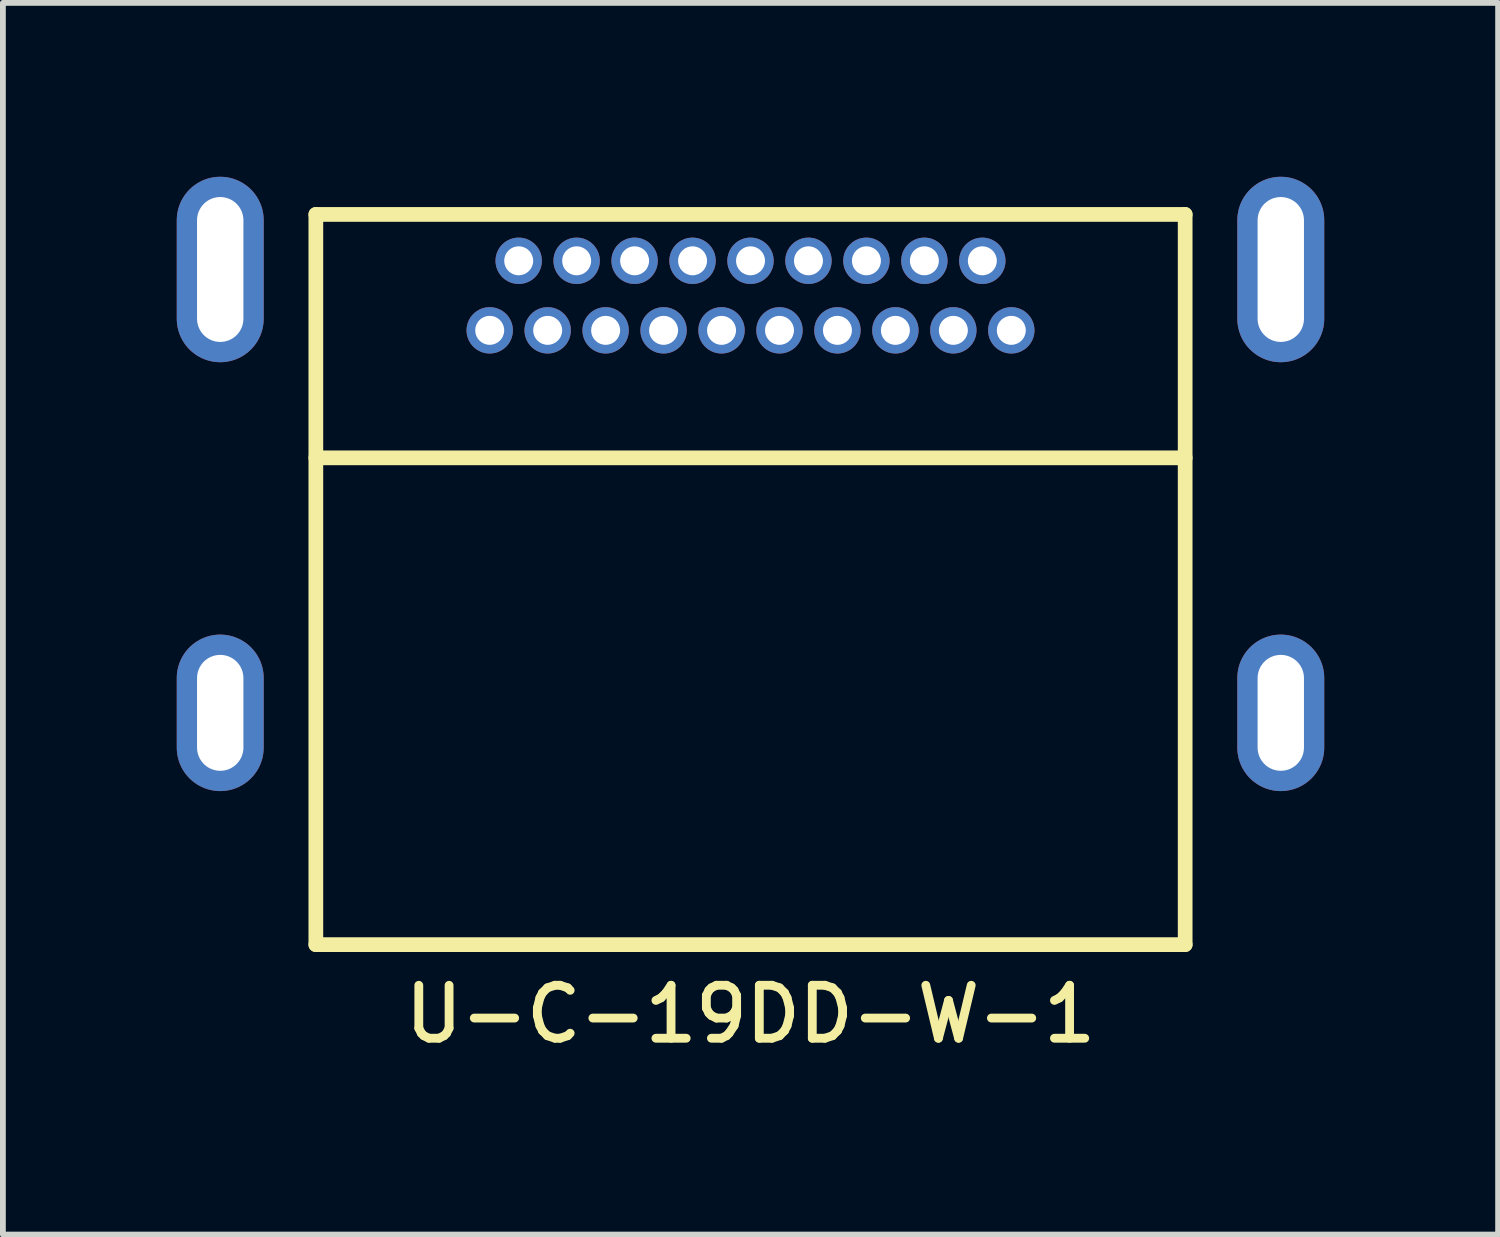
<source format=kicad_pcb>
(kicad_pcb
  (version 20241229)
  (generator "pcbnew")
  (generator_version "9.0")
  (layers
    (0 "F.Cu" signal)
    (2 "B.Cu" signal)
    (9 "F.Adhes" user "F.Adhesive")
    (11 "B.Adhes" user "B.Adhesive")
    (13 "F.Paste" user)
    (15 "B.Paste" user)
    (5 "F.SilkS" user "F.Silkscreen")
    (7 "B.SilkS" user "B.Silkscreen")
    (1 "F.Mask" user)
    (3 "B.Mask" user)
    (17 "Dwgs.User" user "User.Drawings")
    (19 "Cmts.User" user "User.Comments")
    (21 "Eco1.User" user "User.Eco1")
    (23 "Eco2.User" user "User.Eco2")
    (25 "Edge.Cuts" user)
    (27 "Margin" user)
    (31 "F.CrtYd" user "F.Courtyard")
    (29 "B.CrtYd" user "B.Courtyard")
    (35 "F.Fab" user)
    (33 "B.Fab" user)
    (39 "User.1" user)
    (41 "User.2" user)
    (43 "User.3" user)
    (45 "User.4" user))
  (footprint "U-C-19DD-W-1"
    (layer "F.Cu")
    (at 9.9 5.35)
    (property "Reference" "U-C-19DD-W-1" (at 0 9.1 0) (unlocked yes) (layer "F.SilkS") (effects (font (size 0.914 0.914) (thickness 0.152))))
    (fp_line (start -7.5 -4.7) (end 7.5 -4.7) (stroke (width 0.254) (type default)) (layer "F.SilkS"))
    (fp_line (start -7.5 -0.5) (end 7.5 -0.5) (stroke (width 0.254) (type default)) (layer "F.SilkS"))
    (fp_line (start -7.5 7.9) (end -7.5 -4.7) (stroke (width 0.254) (type default)) (layer "F.SilkS"))
    (fp_line (start -7.5 7.9) (end 7.5 7.9) (stroke (width 0.254) (type default)) (layer "F.SilkS"))
    (fp_line (start 7.5 7.9) (end 7.5 -4.7) (stroke (width 0.254) (type default)) (layer "F.SilkS"))
    (fp_circle (center 9.4 -4.65) (end 9.43 -4.65) (stroke (width 0.06) (type default)) (fill no) (layer "User.5"))
    (pad "1" thru_hole oval (at 4.5 -2.7) (size 0.8 0.8) (drill 0.5) (layers "*.Cu" "*.Mask"))
    (pad "2" thru_hole oval (at 4 -3.9) (size 0.8 0.8) (drill 0.5) (layers "*.Cu" "*.Mask"))
    (pad "3" thru_hole oval (at 3.5 -2.7) (size 0.8 0.8) (drill 0.5) (layers "*.Cu" "*.Mask"))
    (pad "4" thru_hole oval (at 3 -3.9) (size 0.8 0.8) (drill 0.5) (layers "*.Cu" "*.Mask"))
    (pad "5" thru_hole oval (at 2.5 -2.7) (size 0.8 0.8) (drill 0.5) (layers "*.Cu" "*.Mask"))
    (pad "6" thru_hole oval (at 2 -3.9) (size 0.8 0.8) (drill 0.5) (layers "*.Cu" "*.Mask"))
    (pad "7" thru_hole oval (at 1.5 -2.7) (size 0.8 0.8) (drill 0.5) (layers "*.Cu" "*.Mask"))
    (pad "8" thru_hole oval (at 1 -3.9) (size 0.8 0.8) (drill 0.5) (layers "*.Cu" "*.Mask"))
    (pad "9" thru_hole oval (at 0.5 -2.7) (size 0.8 0.8) (drill 0.5) (layers "*.Cu" "*.Mask"))
    (pad "10" thru_hole oval (at 0 -3.9) (size 0.8 0.8) (drill 0.5) (layers "*.Cu" "*.Mask"))
    (pad "11" thru_hole oval (at -0.5 -2.7) (size 0.8 0.8) (drill 0.5) (layers "*.Cu" "*.Mask"))
    (pad "12" thru_hole oval (at -1 -3.9) (size 0.8 0.8) (drill 0.5) (layers "*.Cu" "*.Mask"))
    (pad "13" thru_hole oval (at -1.5 -2.7) (size 0.8 0.8) (drill 0.5) (layers "*.Cu" "*.Mask"))
    (pad "14" thru_hole oval (at -2 -3.9) (size 0.8 0.8) (drill 0.5) (layers "*.Cu" "*.Mask"))
    (pad "15" thru_hole oval (at -2.5 -2.7) (size 0.8 0.8) (drill 0.5) (layers "*.Cu" "*.Mask"))
    (pad "16" thru_hole oval (at -3 -3.9) (size 0.8 0.8) (drill 0.5) (layers "*.Cu" "*.Mask"))
    (pad "17" thru_hole oval (at -3.5 -2.7) (size 0.8 0.8) (drill 0.5) (layers "*.Cu" "*.Mask"))
    (pad "18" thru_hole oval (at -4 -3.9) (size 0.8 0.8) (drill 0.5) (layers "*.Cu" "*.Mask"))
    (pad "19" thru_hole oval (at -4.5 -2.7) (size 0.8 0.8) (drill 0.5) (layers "*.Cu" "*.Mask"))
    (pad "20" thru_hole oval (at -9.15 -3.75) (size 1.5 3.2) (drill oval 0.8 2.5) (layers "*.Cu" "*.Mask"))
    (pad "20" thru_hole oval (at -9.15 3.9) (size 1.5 2.7) (drill oval 0.8 2) (layers "*.Cu" "*.Mask"))
    (pad "20" thru_hole oval (at 9.15 -3.75) (size 1.5 3.2) (drill oval 0.8 2.5) (layers "*.Cu" "*.Mask"))
    (pad "20" thru_hole oval (at 9.15 3.9) (size 1.5 2.7) (drill oval 0.8 2) (layers "*.Cu" "*.Mask"))
    (zone (net_name "") (layer "User.4") (hatch edge 0.5) (priority 100) (connect_pads yes) (min_thickness 0) (filled_areas_thickness no) (fill yes) (polygon (pts (xy 0.5 0.7) (xy 1 0.7) (xy 1 2.5) (xy 0.5 2.5))) (filled_polygon (layer "User.4") (island) (pts (xy 0.5 0.7) (xy 1 0.7) (xy 1 2.5) (xy 0.5 2.5))))
    (zone (net_name "") (layer "User.4") (hatch edge 0.5) (priority 100) (connect_pads yes) (min_thickness 0) (filled_areas_thickness no) (fill yes) (polygon (pts (xy 0.5 8.65) (xy 1 8.65) (xy 1 9.85) (xy 0.5 9.85))) (filled_polygon (layer "User.4") (island) (pts (xy 0.5 8.65) (xy 1 8.65) (xy 1 9.85) (xy 0.5 9.85))))
    (zone (net_name "") (layer "User.4") (hatch edge 0.5) (priority 100) (connect_pads yes) (min_thickness 0) (filled_areas_thickness no) (fill yes) (polygon (pts (xy 5.28 2.55) (xy 5.52 2.55) (xy 5.52 2.75) (xy 5.28 2.75))) (filled_polygon (layer "User.4") (island) (pts (xy 5.28 2.55) (xy 5.52 2.55) (xy 5.52 2.75) (xy 5.28 2.75))))
    (zone (net_name "") (layer "User.4") (hatch edge 0.5) (priority 100) (connect_pads yes) (min_thickness 0) (filled_areas_thickness no) (fill yes) (polygon (pts (xy 5.78 1.35) (xy 6.02 1.35) (xy 6.02 1.55) (xy 5.78 1.55))) (filled_polygon (layer "User.4") (island) (pts (xy 5.78 1.35) (xy 6.02 1.35) (xy 6.02 1.55) (xy 5.78 1.55))))
    (zone (net_name "") (layer "User.4") (hatch edge 0.5) (priority 100) (connect_pads yes) (min_thickness 0) (filled_areas_thickness no) (fill yes) (polygon (pts (xy 6.28 2.55) (xy 6.52 2.55) (xy 6.52 2.75) (xy 6.28 2.75))) (filled_polygon (layer "User.4") (island) (pts (xy 6.28 2.55) (xy 6.52 2.55) (xy 6.52 2.75) (xy 6.28 2.75))))
    (zone (net_name "") (layer "User.4") (hatch edge 0.5) (priority 100) (connect_pads yes) (min_thickness 0) (filled_areas_thickness no) (fill yes) (polygon (pts (xy 6.78 1.35) (xy 7.02 1.35) (xy 7.02 1.55) (xy 6.78 1.55))) (filled_polygon (layer "User.4") (island) (pts (xy 6.78 1.35) (xy 7.02 1.35) (xy 7.02 1.55) (xy 6.78 1.55))))
    (zone (net_name "") (layer "User.4") (hatch edge 0.5) (priority 100) (connect_pads yes) (min_thickness 0) (filled_areas_thickness no) (fill yes) (polygon (pts (xy 7.28 2.55) (xy 7.52 2.55) (xy 7.52 2.75) (xy 7.28 2.75))) (filled_polygon (layer "User.4") (island) (pts (xy 7.28 2.55) (xy 7.52 2.55) (xy 7.52 2.75) (xy 7.28 2.75))))
    (zone (net_name "") (layer "User.4") (hatch edge 0.5) (priority 100) (connect_pads yes) (min_thickness 0) (filled_areas_thickness no) (fill yes) (polygon (pts (xy 7.78 1.35) (xy 8.02 1.35) (xy 8.02 1.55) (xy 7.78 1.55))) (filled_polygon (layer "User.4") (island) (pts (xy 7.78 1.35) (xy 8.02 1.35) (xy 8.02 1.55) (xy 7.78 1.55))))
    (zone (net_name "") (layer "User.4") (hatch edge 0.5) (priority 100) (connect_pads yes) (min_thickness 0) (filled_areas_thickness no) (fill yes) (polygon (pts (xy 8.28 2.55) (xy 8.52 2.55) (xy 8.52 2.75) (xy 8.28 2.75))) (filled_polygon (layer "User.4") (island) (pts (xy 8.28 2.55) (xy 8.52 2.55) (xy 8.52 2.75) (xy 8.28 2.75))))
    (zone (net_name "") (layer "User.4") (hatch edge 0.5) (priority 100) (connect_pads yes) (min_thickness 0) (filled_areas_thickness no) (fill yes) (polygon (pts (xy 8.78 1.35) (xy 9.02 1.35) (xy 9.02 1.55) (xy 8.78 1.55))) (filled_polygon (layer "User.4") (island) (pts (xy 8.78 1.35) (xy 9.02 1.35) (xy 9.02 1.55) (xy 8.78 1.55))))
    (zone (net_name "") (layer "User.4") (hatch edge 0.5) (priority 100) (connect_pads yes) (min_thickness 0) (filled_areas_thickness no) (fill yes) (polygon (pts (xy 9.28 2.55) (xy 9.52 2.55) (xy 9.52 2.75) (xy 9.28 2.75))) (filled_polygon (layer "User.4") (island) (pts (xy 9.28 2.55) (xy 9.52 2.55) (xy 9.52 2.75) (xy 9.28 2.75))))
    (zone (net_name "") (layer "User.4") (hatch edge 0.5) (priority 100) (connect_pads yes) (min_thickness 0) (filled_areas_thickness no) (fill yes) (polygon (pts (xy 9.78 1.35) (xy 10.02 1.35) (xy 10.02 1.55) (xy 9.78 1.55))) (filled_polygon (layer "User.4") (island) (pts (xy 9.78 1.35) (xy 10.02 1.35) (xy 10.02 1.55) (xy 9.78 1.55))))
    (zone (net_name "") (layer "User.4") (hatch edge 0.5) (priority 100) (connect_pads yes) (min_thickness 0) (filled_areas_thickness no) (fill yes) (polygon (pts (xy 10.28 2.55) (xy 10.52 2.55) (xy 10.52 2.75) (xy 10.28 2.75))) (filled_polygon (layer "User.4") (island) (pts (xy 10.28 2.55) (xy 10.52 2.55) (xy 10.52 2.75) (xy 10.28 2.75))))
    (zone (net_name "") (layer "User.4") (hatch edge 0.5) (priority 100) (connect_pads yes) (min_thickness 0) (filled_areas_thickness no) (fill yes) (polygon (pts (xy 10.78 1.35) (xy 11.02 1.35) (xy 11.02 1.55) (xy 10.78 1.55))) (filled_polygon (layer "User.4") (island) (pts (xy 10.78 1.35) (xy 11.02 1.35) (xy 11.02 1.55) (xy 10.78 1.55))))
    (zone (net_name "") (layer "User.4") (hatch edge 0.5) (priority 100) (connect_pads yes) (min_thickness 0) (filled_areas_thickness no) (fill yes) (polygon (pts (xy 11.28 2.55) (xy 11.52 2.55) (xy 11.52 2.75) (xy 11.28 2.75))) (filled_polygon (layer "User.4") (island) (pts (xy 11.28 2.55) (xy 11.52 2.55) (xy 11.52 2.75) (xy 11.28 2.75))))
    (zone (net_name "") (layer "User.4") (hatch edge 0.5) (priority 100) (connect_pads yes) (min_thickness 0) (filled_areas_thickness no) (fill yes) (polygon (pts (xy 11.78 1.35) (xy 12.02 1.35) (xy 12.02 1.55) (xy 11.78 1.55))) (filled_polygon (layer "User.4") (island) (pts (xy 11.78 1.35) (xy 12.02 1.35) (xy 12.02 1.55) (xy 11.78 1.55))))
    (zone (net_name "") (layer "User.4") (hatch edge 0.5) (priority 100) (connect_pads yes) (min_thickness 0) (filled_areas_thickness no) (fill yes) (polygon (pts (xy 12.28 2.55) (xy 12.52 2.55) (xy 12.52 2.75) (xy 12.28 2.75))) (filled_polygon (layer "User.4") (island) (pts (xy 12.28 2.55) (xy 12.52 2.55) (xy 12.52 2.75) (xy 12.28 2.75))))
    (zone (net_name "") (layer "User.4") (hatch edge 0.5) (priority 100) (connect_pads yes) (min_thickness 0) (filled_areas_thickness no) (fill yes) (polygon (pts (xy 12.78 1.35) (xy 13.02 1.35) (xy 13.02 1.55) (xy 12.78 1.55))) (filled_polygon (layer "User.4") (island) (pts (xy 12.78 1.35) (xy 13.02 1.35) (xy 13.02 1.55) (xy 12.78 1.55))))
    (zone (net_name "") (layer "User.4") (hatch edge 0.5) (priority 100) (connect_pads yes) (min_thickness 0) (filled_areas_thickness no) (fill yes) (polygon (pts (xy 13.28 2.55) (xy 13.52 2.55) (xy 13.52 2.75) (xy 13.28 2.75))) (filled_polygon (layer "User.4") (island) (pts (xy 13.28 2.55) (xy 13.52 2.55) (xy 13.52 2.75) (xy 13.28 2.75))))
    (zone (net_name "") (layer "User.4") (hatch edge 0.5) (priority 100) (connect_pads yes) (min_thickness 0) (filled_areas_thickness no) (fill yes) (polygon (pts (xy 13.78 1.35) (xy 14.02 1.35) (xy 14.02 1.55) (xy 13.78 1.55))) (filled_polygon (layer "User.4") (island) (pts (xy 13.78 1.35) (xy 14.02 1.35) (xy 14.02 1.55) (xy 13.78 1.55))))
    (zone (net_name "") (layer "User.4") (hatch edge 0.5) (priority 100) (connect_pads yes) (min_thickness 0) (filled_areas_thickness no) (fill yes) (polygon (pts (xy 14.28 2.55) (xy 14.52 2.55) (xy 14.52 2.75) (xy 14.28 2.75))) (filled_polygon (layer "User.4") (island) (pts (xy 14.28 2.55) (xy 14.52 2.55) (xy 14.52 2.75) (xy 14.28 2.75))))
    (zone (net_name "") (layer "User.4") (hatch edge 0.5) (priority 100) (connect_pads yes) (min_thickness 0) (filled_areas_thickness no) (fill yes) (polygon (pts (xy 18.8 0.7) (xy 19.3 0.7) (xy 19.3 2.5) (xy 18.8 2.5))) (filled_polygon (layer "User.4") (island) (pts (xy 18.8 0.7) (xy 19.3 0.7) (xy 19.3 2.5) (xy 18.8 2.5))))
    (zone (net_name "") (layer "User.4") (hatch edge 0.5) (priority 100) (connect_pads yes) (min_thickness 0) (filled_areas_thickness no) (fill yes) (polygon (pts (xy 18.8 8.65) (xy 19.3 8.65) (xy 19.3 9.85) (xy 18.8 9.85))) (filled_polygon (layer "User.4") (island) (pts (xy 18.8 8.65) (xy 19.3 8.65) (xy 19.3 9.85) (xy 18.8 9.85)))))
  (gr_rect
    (start -3 -3)
    (end 22.8 18.252)
    (stroke (width 0.1) (type default))
    (fill no)
    (layer "Edge.Cuts")))
</source>
